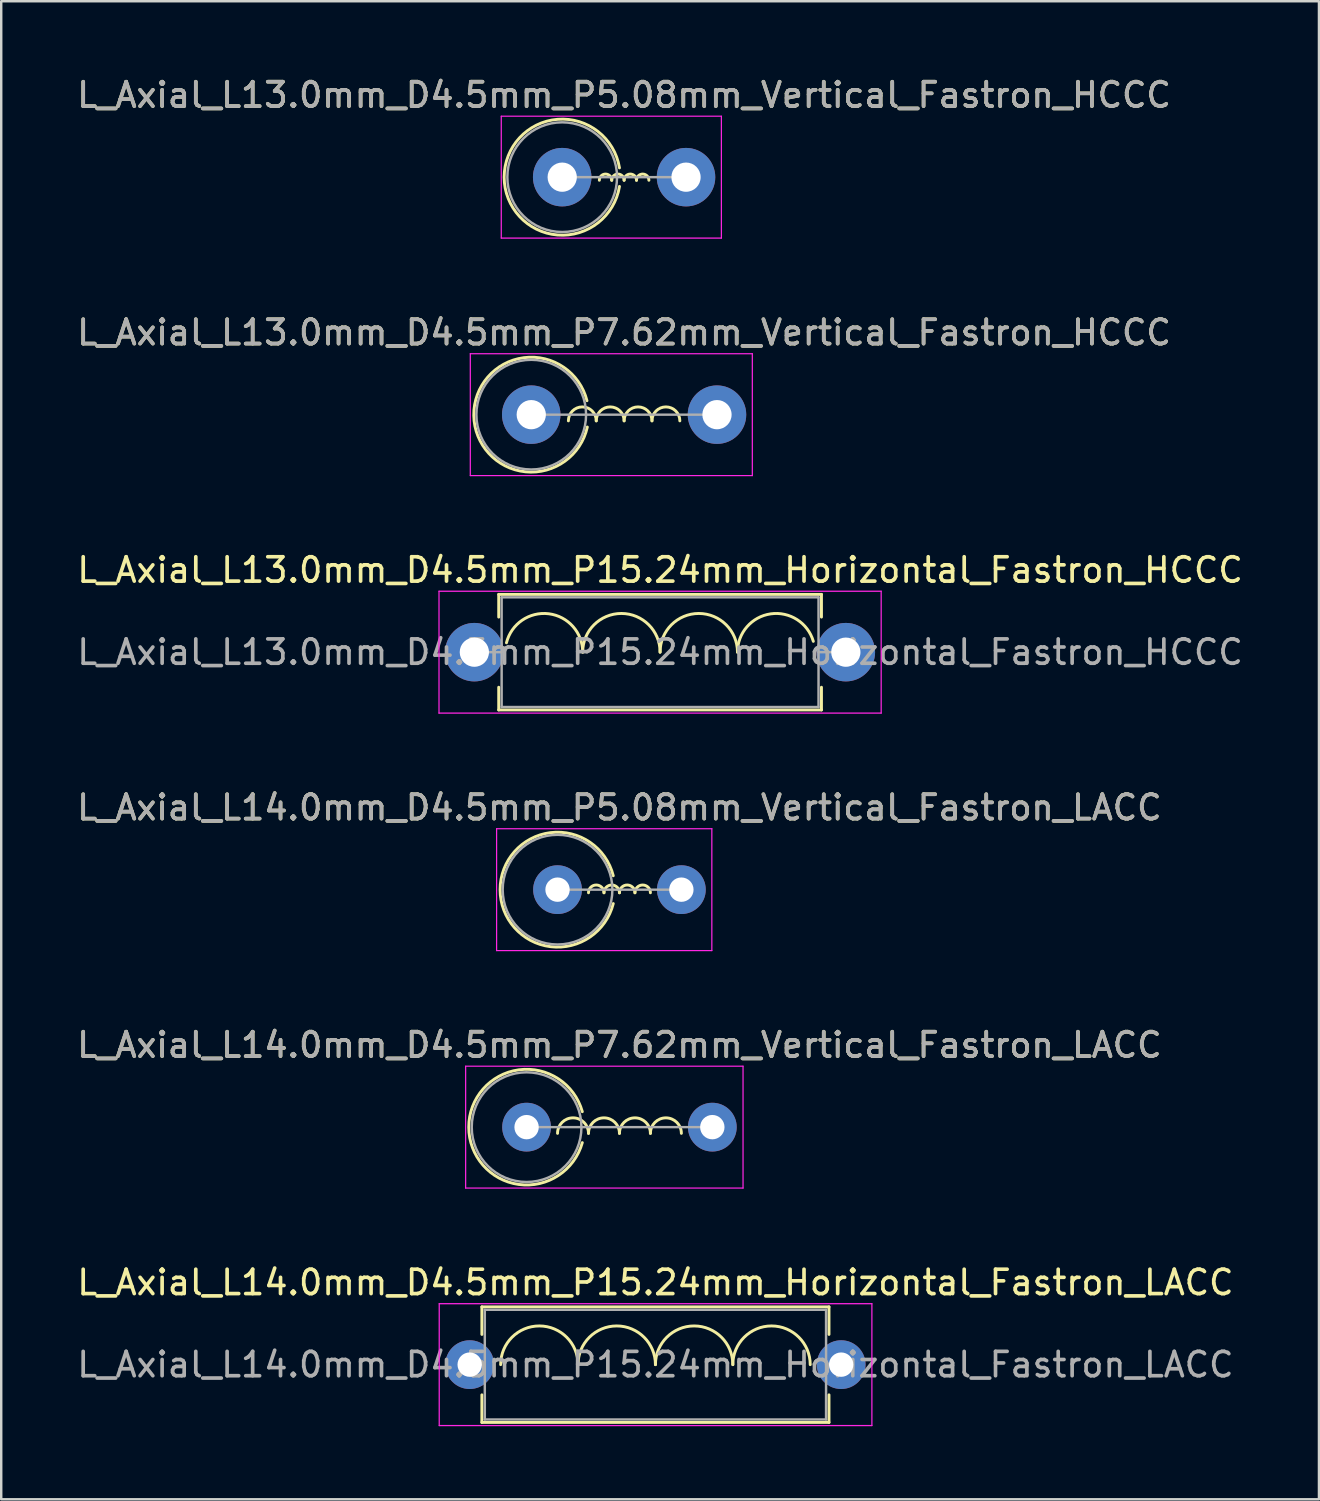
<source format=kicad_pcb>
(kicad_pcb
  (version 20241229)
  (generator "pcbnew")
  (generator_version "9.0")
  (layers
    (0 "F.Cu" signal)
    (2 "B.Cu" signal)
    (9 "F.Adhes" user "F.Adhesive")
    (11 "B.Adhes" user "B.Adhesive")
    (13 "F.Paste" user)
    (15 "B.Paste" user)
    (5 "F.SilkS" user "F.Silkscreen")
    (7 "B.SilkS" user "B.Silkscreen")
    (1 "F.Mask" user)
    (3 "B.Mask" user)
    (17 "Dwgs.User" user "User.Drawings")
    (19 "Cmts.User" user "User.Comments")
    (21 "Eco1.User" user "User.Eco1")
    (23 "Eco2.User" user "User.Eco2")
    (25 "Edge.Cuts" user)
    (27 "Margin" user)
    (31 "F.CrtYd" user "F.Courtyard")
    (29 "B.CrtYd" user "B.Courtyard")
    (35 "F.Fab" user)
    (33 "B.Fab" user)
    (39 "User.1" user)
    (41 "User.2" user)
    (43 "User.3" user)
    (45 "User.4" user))
  (footprint "L_Axial_L14.0mm_D4.5mm_P5.08mm_Vertical_Fastron_LACC"
    (layer "F.Cu")
    (at 19.823 33.448)
    (property "Reference" "L_Axial_L14.0mm_D4.5mm_P5.08mm_Vertical_Fastron_LACC" (at 2.54 -3.37 0) (layer "F.SilkS") (effects (font (size 1 1) (thickness 0.15))))
    (attr through_hole)
    (fp_arc (start 1.27 0.127) (mid 1.5875 -0.1905) (end 1.905 0.127) (stroke (width 0.12) (type solid)) (layer "F.SilkS"))
    (fp_arc (start 1.905 0.127) (mid 2.2225 -0.1905) (end 2.54 0.127) (stroke (width 0.12) (type solid)) (layer "F.SilkS"))
    (fp_arc (start 2.286 0.5715) (mid -2.356355 0) (end 2.286 -0.5715) (stroke (width 0.12) (type solid)) (layer "F.SilkS"))
    (fp_arc (start 2.54 0.127) (mid 2.8575 -0.1905) (end 3.175 0.127) (stroke (width 0.12) (type solid)) (layer "F.SilkS"))
    (fp_arc (start 3.175 0.127) (mid 3.4925 -0.1905) (end 3.81 0.127) (stroke (width 0.12) (type solid)) (layer "F.SilkS"))
    (fp_line (start -2.5 -2.5) (end -2.5 2.5) (stroke (width 0.05) (type solid)) (layer "F.CrtYd"))
    (fp_line (start -2.5 2.5) (end 6.33 2.5) (stroke (width 0.05) (type solid)) (layer "F.CrtYd"))
    (fp_line (start 6.33 -2.5) (end -2.5 -2.5) (stroke (width 0.05) (type solid)) (layer "F.CrtYd"))
    (fp_line (start 6.33 2.5) (end 6.33 -2.5) (stroke (width 0.05) (type solid)) (layer "F.CrtYd"))
    (fp_line (start 0 0) (end 5.08 0) (stroke (width 0.1) (type solid)) (layer "F.Fab"))
    (fp_circle (center 0 0) (end 2.25 0) (stroke (width 0.1) (type solid)) (fill no) (layer "F.Fab"))
    (fp_text user "${REFERENCE}" (at 2.54 -3.37 0) (layer "F.Fab") (effects (font (size 1 1) (thickness 0.15))))
    (pad "1" thru_hole circle (at 0 0) (size 2 2) (drill 1) (layers "*.Cu" "*.Mask"))
    (pad "2" thru_hole oval (at 5.08 0) (size 2 2) (drill 1) (layers "*.Cu" "*.Mask")))
  (footprint "L_Axial_L13.0mm_D4.5mm_P7.62mm_Vertical_Fastron_HCCC"
    (layer "F.Cu")
    (at 18.744 13.961)
    (property "Reference" "L_Axial_L13.0mm_D4.5mm_P7.62mm_Vertical_Fastron_HCCC" (at 3.81 -3.37 0) (layer "F.SilkS") (effects (font (size 1 1) (thickness 0.15))))
    (attr through_hole)
    (fp_arc (start 1.524 0.254) (mid 2.0955 -0.3175) (end 2.667 0.254) (stroke (width 0.12) (type solid)) (layer "F.SilkS"))
    (fp_arc (start 2.300848 0.508434) (mid -2.356132 0.032395) (end 2.286 -0.5715) (stroke (width 0.12) (type solid)) (layer "F.SilkS"))
    (fp_arc (start 2.667 0.254) (mid 3.2385 -0.3175) (end 3.81 0.254) (stroke (width 0.12) (type solid)) (layer "F.SilkS"))
    (fp_arc (start 3.81 0.254) (mid 4.3815 -0.3175) (end 4.953 0.254) (stroke (width 0.12) (type solid)) (layer "F.SilkS"))
    (fp_arc (start 4.953 0.254) (mid 5.5245 -0.3175) (end 6.096 0.254) (stroke (width 0.12) (type solid)) (layer "F.SilkS"))
    (fp_line (start -2.5 -2.5) (end -2.5 2.5) (stroke (width 0.05) (type solid)) (layer "F.CrtYd"))
    (fp_line (start -2.5 2.5) (end 9.07 2.5) (stroke (width 0.05) (type solid)) (layer "F.CrtYd"))
    (fp_line (start 9.07 -2.5) (end -2.5 -2.5) (stroke (width 0.05) (type solid)) (layer "F.CrtYd"))
    (fp_line (start 9.07 2.5) (end 9.07 -2.5) (stroke (width 0.05) (type solid)) (layer "F.CrtYd"))
    (fp_line (start 0 0) (end 7.62 0) (stroke (width 0.1) (type solid)) (layer "F.Fab"))
    (fp_circle (center 0 0) (end 2.25 0) (stroke (width 0.1) (type solid)) (fill no) (layer "F.Fab"))
    (fp_text user "${REFERENCE}" (at 3.81 -3.37 0) (layer "F.Fab") (effects (font (size 1 1) (thickness 0.15))))
    (pad "1" thru_hole circle (at 0 0) (size 2.4 2.4) (drill 1.2) (layers "*.Cu" "*.Mask"))
    (pad "2" thru_hole oval (at 7.62 0) (size 2.4 2.4) (drill 1.2) (layers "*.Cu" "*.Mask")))
  (footprint "L_Axial_L13.0mm_D4.5mm_P15.24mm_Horizontal_Fastron_HCCC"
    (layer "F.Cu")
    (at 16.41 23.705)
    (property "Reference" "L_Axial_L13.0mm_D4.5mm_P15.24mm_Horizontal_Fastron_HCCC" (at 7.62 -3.37 0) (layer "F.SilkS") (effects (font (size 1 1) (thickness 0.15))))
    (attr through_hole)
    (fp_line (start 1 -2.37) (end 14.24 -2.37) (stroke (width 0.12) (type solid)) (layer "F.SilkS"))
    (fp_line (start 1 -1.44) (end 1 -2.37) (stroke (width 0.12) (type solid)) (layer "F.SilkS"))
    (fp_line (start 1 1.44) (end 1 2.37) (stroke (width 0.12) (type solid)) (layer "F.SilkS"))
    (fp_line (start 1 2.37) (end 14.24 2.37) (stroke (width 0.12) (type solid)) (layer "F.SilkS"))
    (fp_line (start 14.24 -2.37) (end 14.24 -1.44) (stroke (width 0.12) (type solid)) (layer "F.SilkS"))
    (fp_line (start 14.24 2.37) (end 14.24 1.44) (stroke (width 0.12) (type solid)) (layer "F.SilkS"))
    (fp_arc (start 1.317399 -0.385025) (mid 3.051466 -1.575605) (end 4.445 0) (stroke (width 0.12) (type solid)) (layer "F.SilkS"))
    (fp_arc (start 4.445 0) (mid 6.0325 -1.5875) (end 7.62 0) (stroke (width 0.12) (type solid)) (layer "F.SilkS"))
    (fp_arc (start 7.62 0) (mid 9.2075 -1.5875) (end 10.795 0) (stroke (width 0.12) (type solid)) (layer "F.SilkS"))
    (fp_arc (start 10.795 0) (mid 12.157994 -1.571545) (end 13.9065 -0.4445) (stroke (width 0.12) (type solid)) (layer "F.SilkS"))
    (fp_line (start -1.45 -2.5) (end -1.45 2.5) (stroke (width 0.05) (type solid)) (layer "F.CrtYd"))
    (fp_line (start -1.45 2.5) (end 16.69 2.5) (stroke (width 0.05) (type solid)) (layer "F.CrtYd"))
    (fp_line (start 16.69 -2.5) (end -1.45 -2.5) (stroke (width 0.05) (type solid)) (layer "F.CrtYd"))
    (fp_line (start 16.69 2.5) (end 16.69 -2.5) (stroke (width 0.05) (type solid)) (layer "F.CrtYd"))
    (fp_line (start 0 0) (end 1.12 0) (stroke (width 0.1) (type solid)) (layer "F.Fab"))
    (fp_line (start 1.12 -2.25) (end 1.12 2.25) (stroke (width 0.1) (type solid)) (layer "F.Fab"))
    (fp_line (start 1.12 2.25) (end 14.12 2.25) (stroke (width 0.1) (type solid)) (layer "F.Fab"))
    (fp_line (start 14.12 -2.25) (end 1.12 -2.25) (stroke (width 0.1) (type solid)) (layer "F.Fab"))
    (fp_line (start 14.12 2.25) (end 14.12 -2.25) (stroke (width 0.1) (type solid)) (layer "F.Fab"))
    (fp_line (start 15.24 0) (end 14.12 0) (stroke (width 0.1) (type solid)) (layer "F.Fab"))
    (fp_text user "${REFERENCE}" (at 7.62 0 0) (layer "F.Fab") (effects (font (size 1 1) (thickness 0.15))))
    (pad "1" thru_hole circle (at 0 0) (size 2.4 2.4) (drill 1.2) (layers "*.Cu" "*.Mask"))
    (pad "2" thru_hole oval (at 15.24 0) (size 2.4 2.4) (drill 1.2) (layers "*.Cu" "*.Mask")))
  (footprint "L_Axial_L14.0mm_D4.5mm_P7.62mm_Vertical_Fastron_LACC"
    (layer "F.Cu")
    (at 18.553 43.191)
    (property "Reference" "L_Axial_L14.0mm_D4.5mm_P7.62mm_Vertical_Fastron_LACC" (at 3.81 -3.37 0) (layer "F.SilkS") (effects (font (size 1 1) (thickness 0.15))))
    (attr through_hole)
    (fp_arc (start 1.27 0.254) (mid 1.905 -0.381) (end 2.54 0.254) (stroke (width 0.12) (type solid)) (layer "F.SilkS"))
    (fp_arc (start 2.286 0.635) (mid -2.372556 0) (end 2.286 -0.635) (stroke (width 0.12) (type solid)) (layer "F.SilkS"))
    (fp_arc (start 2.54 0.254) (mid 3.175 -0.381) (end 3.81 0.254) (stroke (width 0.12) (type solid)) (layer "F.SilkS"))
    (fp_arc (start 3.81 0.254) (mid 4.445 -0.381) (end 5.08 0.254) (stroke (width 0.12) (type solid)) (layer "F.SilkS"))
    (fp_arc (start 5.08 0.254) (mid 5.715 -0.381) (end 6.35 0.254) (stroke (width 0.12) (type solid)) (layer "F.SilkS"))
    (fp_line (start -2.5 -2.5) (end -2.5 2.5) (stroke (width 0.05) (type solid)) (layer "F.CrtYd"))
    (fp_line (start -2.5 2.5) (end 8.88 2.5) (stroke (width 0.05) (type solid)) (layer "F.CrtYd"))
    (fp_line (start 8.88 -2.5) (end -2.5 -2.5) (stroke (width 0.05) (type solid)) (layer "F.CrtYd"))
    (fp_line (start 8.88 2.5) (end 8.88 -2.5) (stroke (width 0.05) (type solid)) (layer "F.CrtYd"))
    (fp_line (start 0 0) (end 7.62 0) (stroke (width 0.1) (type solid)) (layer "F.Fab"))
    (fp_circle (center 0 0) (end 2.25 0) (stroke (width 0.1) (type solid)) (fill no) (layer "F.Fab"))
    (fp_text user "${REFERENCE}" (at 3.81 -3.37 0) (layer "F.Fab") (effects (font (size 1 1) (thickness 0.15))))
    (pad "1" thru_hole circle (at 0 0) (size 2 2) (drill 1) (layers "*.Cu" "*.Mask"))
    (pad "2" thru_hole oval (at 7.62 0) (size 2 2) (drill 1) (layers "*.Cu" "*.Mask")))
  (footprint "L_Axial_L13.0mm_D4.5mm_P5.08mm_Vertical_Fastron_HCCC"
    (layer "F.Cu")
    (at 20.014 4.218)
    (property "Reference" "L_Axial_L13.0mm_D4.5mm_P5.08mm_Vertical_Fastron_HCCC" (at 2.54 -3.37 0) (layer "F.SilkS") (effects (font (size 1 1) (thickness 0.15))))
    (attr through_hole)
    (fp_arc (start 1.524 0.127) (mid 1.778 -0.127) (end 2.032 0.127) (stroke (width 0.12) (type solid)) (layer "F.SilkS"))
    (fp_arc (start 2.032 0.127) (mid 2.286 -0.127) (end 2.54 0.127) (stroke (width 0.12) (type solid)) (layer "F.SilkS"))
    (fp_arc (start 2.3495 0.381) (mid -2.380191 0) (end 2.3495 -0.381) (stroke (width 0.12) (type solid)) (layer "F.SilkS"))
    (fp_arc (start 2.54 0.127) (mid 2.794 -0.127) (end 3.048 0.127) (stroke (width 0.12) (type solid)) (layer "F.SilkS"))
    (fp_arc (start 3.048 0.127) (mid 3.302 -0.127) (end 3.556 0.127) (stroke (width 0.12) (type solid)) (layer "F.SilkS"))
    (fp_line (start -2.5 -2.5) (end -2.5 2.5) (stroke (width 0.05) (type solid)) (layer "F.CrtYd"))
    (fp_line (start -2.5 2.5) (end 6.53 2.5) (stroke (width 0.05) (type solid)) (layer "F.CrtYd"))
    (fp_line (start 6.53 -2.5) (end -2.5 -2.5) (stroke (width 0.05) (type solid)) (layer "F.CrtYd"))
    (fp_line (start 6.53 2.5) (end 6.53 -2.5) (stroke (width 0.05) (type solid)) (layer "F.CrtYd"))
    (fp_line (start 0 0) (end 5.08 0) (stroke (width 0.1) (type solid)) (layer "F.Fab"))
    (fp_circle (center 0 0) (end 2.25 0) (stroke (width 0.1) (type solid)) (fill no) (layer "F.Fab"))
    (fp_text user "${REFERENCE}" (at 2.54 -3.37 0) (layer "F.Fab") (effects (font (size 1 1) (thickness 0.15))))
    (pad "1" thru_hole circle (at 0 0) (size 2.4 2.4) (drill 1.2) (layers "*.Cu" "*.Mask"))
    (pad "2" thru_hole oval (at 5.08 0) (size 2.4 2.4) (drill 1.2) (layers "*.Cu" "*.Mask")))
  (footprint "L_Axial_L14.0mm_D4.5mm_P15.24mm_Horizontal_Fastron_LACC"
    (layer "F.Cu")
    (at 16.219 52.934)
    (property "Reference" "L_Axial_L14.0mm_D4.5mm_P15.24mm_Horizontal_Fastron_LACC" (at 7.62 -3.37 0) (layer "F.SilkS") (effects (font (size 1 1) (thickness 0.15))))
    (attr through_hole)
    (fp_line (start 0.5 -2.37) (end 14.74 -2.37) (stroke (width 0.12) (type solid)) (layer "F.SilkS"))
    (fp_line (start 0.5 -1.24) (end 0.5 -2.37) (stroke (width 0.12) (type solid)) (layer "F.SilkS"))
    (fp_line (start 0.5 1.24) (end 0.5 2.37) (stroke (width 0.12) (type solid)) (layer "F.SilkS"))
    (fp_line (start 0.5 2.37) (end 14.74 2.37) (stroke (width 0.12) (type solid)) (layer "F.SilkS"))
    (fp_line (start 14.74 -2.37) (end 14.74 -1.24) (stroke (width 0.12) (type solid)) (layer "F.SilkS"))
    (fp_line (start 14.74 2.37) (end 14.74 1.24) (stroke (width 0.12) (type solid)) (layer "F.SilkS"))
    (fp_arc (start 1.27 0) (mid 2.8575 -1.5875) (end 4.445 0) (stroke (width 0.12) (type solid)) (layer "F.SilkS"))
    (fp_arc (start 4.445 0) (mid 6.0325 -1.5875) (end 7.62 0) (stroke (width 0.12) (type solid)) (layer "F.SilkS"))
    (fp_arc (start 7.62 0) (mid 9.2075 -1.5875) (end 10.795 0) (stroke (width 0.12) (type solid)) (layer "F.SilkS"))
    (fp_arc (start 10.795 0) (mid 12.3825 -1.5875) (end 13.97 0) (stroke (width 0.12) (type solid)) (layer "F.SilkS"))
    (fp_line (start -1.25 -2.5) (end -1.25 2.5) (stroke (width 0.05) (type solid)) (layer "F.CrtYd"))
    (fp_line (start -1.25 2.5) (end 16.5 2.5) (stroke (width 0.05) (type solid)) (layer "F.CrtYd"))
    (fp_line (start 16.5 -2.5) (end -1.25 -2.5) (stroke (width 0.05) (type solid)) (layer "F.CrtYd"))
    (fp_line (start 16.5 2.5) (end 16.5 -2.5) (stroke (width 0.05) (type solid)) (layer "F.CrtYd"))
    (fp_line (start 0 0) (end 0.62 0) (stroke (width 0.1) (type solid)) (layer "F.Fab"))
    (fp_line (start 0.62 -2.25) (end 0.62 2.25) (stroke (width 0.1) (type solid)) (layer "F.Fab"))
    (fp_line (start 0.62 2.25) (end 14.62 2.25) (stroke (width 0.1) (type solid)) (layer "F.Fab"))
    (fp_line (start 14.62 -2.25) (end 0.62 -2.25) (stroke (width 0.1) (type solid)) (layer "F.Fab"))
    (fp_line (start 14.62 2.25) (end 14.62 -2.25) (stroke (width 0.1) (type solid)) (layer "F.Fab"))
    (fp_line (start 15.24 0) (end 14.62 0) (stroke (width 0.1) (type solid)) (layer "F.Fab"))
    (fp_text user "${REFERENCE}" (at 7.62 0 0) (layer "F.Fab") (effects (font (size 1 1) (thickness 0.15))))
    (pad "1" thru_hole circle (at 0 0) (size 2 2) (drill 1) (layers "*.Cu" "*.Mask"))
    (pad "2" thru_hole oval (at 15.24 0) (size 2 2) (drill 1) (layers "*.Cu" "*.Mask")))
  (gr_rect
    (start -3 -3)
    (end 51.06 58.459)
    (stroke (width 0.1) (type default))
    (fill no)
    (layer "Edge.Cuts")))
</source>
